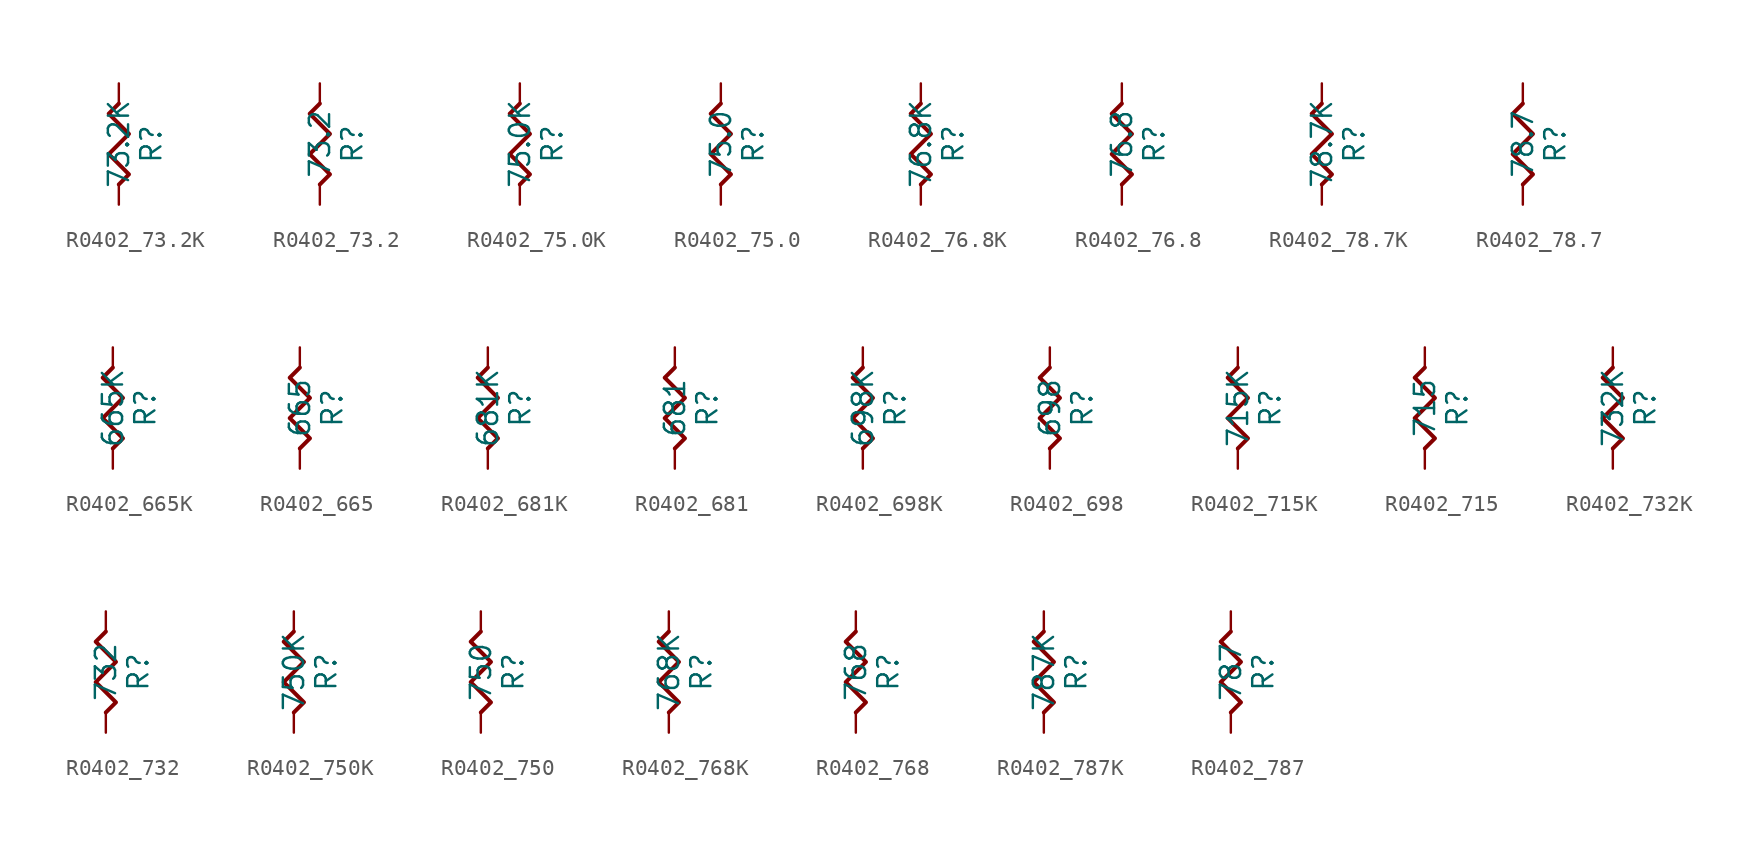
<source format=kicad_sym>
(kicad_symbol_lib
  (version 20211014)
  (generator atlantix-eda)
  (symbol "R0402_73.2K"
    (pin_numbers hide)
    (pin_names
      (offset 0))
    (property "Reference" "R"
      (at 2.032 0 90)
      (effects (font (size 1.27 1.27))))
    (property "Value" "73.2K"
      (at 0 0 90)
      (effects (font (size 1.27 1.27))))
    (symbol "R0402_73.2K_0_1"
      (polyline (pts (xy 0 -2.54) (xy 0.635 -1.905) (xy -0.635 -0.635) (xy 0.635 0.635) (xy -0.635 1.905) (xy 0 2.54)) (stroke (width 0.254) (type default) (color 0 0 0 0)) (fill (type none))))
    (symbol "R0402_73.2K_1_1"
      (pin passive line (at 0 3.81 270) (length 1.27) (name "~" (effects (font (size 1.27 1.27)))) (number "1" (effects (font (size 1.27 1.27)))))
      (pin passive line (at 0 -3.81 90) (length 1.27) (name "~" (effects (font (size 1.27 1.27)))) (number "2" (effects (font (size 1.27 1.27)))))))
  (symbol "R0402_73.2"
    (pin_numbers hide)
    (pin_names
      (offset 0))
    (property "Reference" "R"
      (at 2.032 0 90)
      (effects (font (size 1.27 1.27))))
    (property "Value" "73.2"
      (at 0 0 90)
      (effects (font (size 1.27 1.27))))
    (symbol "R0402_73.2_0_1"
      (polyline (pts (xy 0 -2.54) (xy 0.635 -1.905) (xy -0.635 -0.635) (xy 0.635 0.635) (xy -0.635 1.905) (xy 0 2.54)) (stroke (width 0.254) (type default) (color 0 0 0 0)) (fill (type none))))
    (symbol "R0402_73.2_1_1"
      (pin passive line (at 0 3.81 270) (length 1.27) (name "~" (effects (font (size 1.27 1.27)))) (number "1" (effects (font (size 1.27 1.27)))))
      (pin passive line (at 0 -3.81 90) (length 1.27) (name "~" (effects (font (size 1.27 1.27)))) (number "2" (effects (font (size 1.27 1.27)))))))
  (symbol "R0402_75.0K"
    (pin_numbers hide)
    (pin_names
      (offset 0))
    (property "Reference" "R"
      (at 2.032 0 90)
      (effects (font (size 1.27 1.27))))
    (property "Value" "75.0K"
      (at 0 0 90)
      (effects (font (size 1.27 1.27))))
    (symbol "R0402_75.0K_0_1"
      (polyline (pts (xy 0 -2.54) (xy 0.635 -1.905) (xy -0.635 -0.635) (xy 0.635 0.635) (xy -0.635 1.905) (xy 0 2.54)) (stroke (width 0.254) (type default) (color 0 0 0 0)) (fill (type none))))
    (symbol "R0402_75.0K_1_1"
      (pin passive line (at 0 3.81 270) (length 1.27) (name "~" (effects (font (size 1.27 1.27)))) (number "1" (effects (font (size 1.27 1.27)))))
      (pin passive line (at 0 -3.81 90) (length 1.27) (name "~" (effects (font (size 1.27 1.27)))) (number "2" (effects (font (size 1.27 1.27)))))))
  (symbol "R0402_75.0"
    (pin_numbers hide)
    (pin_names
      (offset 0))
    (property "Reference" "R"
      (at 2.032 0 90)
      (effects (font (size 1.27 1.27))))
    (property "Value" "75.0"
      (at 0 0 90)
      (effects (font (size 1.27 1.27))))
    (symbol "R0402_75.0_0_1"
      (polyline (pts (xy 0 -2.54) (xy 0.635 -1.905) (xy -0.635 -0.635) (xy 0.635 0.635) (xy -0.635 1.905) (xy 0 2.54)) (stroke (width 0.254) (type default) (color 0 0 0 0)) (fill (type none))))
    (symbol "R0402_75.0_1_1"
      (pin passive line (at 0 3.81 270) (length 1.27) (name "~" (effects (font (size 1.27 1.27)))) (number "1" (effects (font (size 1.27 1.27)))))
      (pin passive line (at 0 -3.81 90) (length 1.27) (name "~" (effects (font (size 1.27 1.27)))) (number "2" (effects (font (size 1.27 1.27)))))))
  (symbol "R0402_76.8K"
    (pin_numbers hide)
    (pin_names
      (offset 0))
    (property "Reference" "R"
      (at 2.032 0 90)
      (effects (font (size 1.27 1.27))))
    (property "Value" "76.8K"
      (at 0 0 90)
      (effects (font (size 1.27 1.27))))
    (symbol "R0402_76.8K_0_1"
      (polyline (pts (xy 0 -2.54) (xy 0.635 -1.905) (xy -0.635 -0.635) (xy 0.635 0.635) (xy -0.635 1.905) (xy 0 2.54)) (stroke (width 0.254) (type default) (color 0 0 0 0)) (fill (type none))))
    (symbol "R0402_76.8K_1_1"
      (pin passive line (at 0 3.81 270) (length 1.27) (name "~" (effects (font (size 1.27 1.27)))) (number "1" (effects (font (size 1.27 1.27)))))
      (pin passive line (at 0 -3.81 90) (length 1.27) (name "~" (effects (font (size 1.27 1.27)))) (number "2" (effects (font (size 1.27 1.27)))))))
  (symbol "R0402_76.8"
    (pin_numbers hide)
    (pin_names
      (offset 0))
    (property "Reference" "R"
      (at 2.032 0 90)
      (effects (font (size 1.27 1.27))))
    (property "Value" "76.8"
      (at 0 0 90)
      (effects (font (size 1.27 1.27))))
    (symbol "R0402_76.8_0_1"
      (polyline (pts (xy 0 -2.54) (xy 0.635 -1.905) (xy -0.635 -0.635) (xy 0.635 0.635) (xy -0.635 1.905) (xy 0 2.54)) (stroke (width 0.254) (type default) (color 0 0 0 0)) (fill (type none))))
    (symbol "R0402_76.8_1_1"
      (pin passive line (at 0 3.81 270) (length 1.27) (name "~" (effects (font (size 1.27 1.27)))) (number "1" (effects (font (size 1.27 1.27)))))
      (pin passive line (at 0 -3.81 90) (length 1.27) (name "~" (effects (font (size 1.27 1.27)))) (number "2" (effects (font (size 1.27 1.27)))))))
  (symbol "R0402_78.7K"
    (pin_numbers hide)
    (pin_names
      (offset 0))
    (property "Reference" "R"
      (at 2.032 0 90)
      (effects (font (size 1.27 1.27))))
    (property "Value" "78.7K"
      (at 0 0 90)
      (effects (font (size 1.27 1.27))))
    (symbol "R0402_78.7K_0_1"
      (polyline (pts (xy 0 -2.54) (xy 0.635 -1.905) (xy -0.635 -0.635) (xy 0.635 0.635) (xy -0.635 1.905) (xy 0 2.54)) (stroke (width 0.254) (type default) (color 0 0 0 0)) (fill (type none))))
    (symbol "R0402_78.7K_1_1"
      (pin passive line (at 0 3.81 270) (length 1.27) (name "~" (effects (font (size 1.27 1.27)))) (number "1" (effects (font (size 1.27 1.27)))))
      (pin passive line (at 0 -3.81 90) (length 1.27) (name "~" (effects (font (size 1.27 1.27)))) (number "2" (effects (font (size 1.27 1.27)))))))
  (symbol "R0402_78.7"
    (pin_numbers hide)
    (pin_names
      (offset 0))
    (property "Reference" "R"
      (at 2.032 0 90)
      (effects (font (size 1.27 1.27))))
    (property "Value" "78.7"
      (at 0 0 90)
      (effects (font (size 1.27 1.27))))
    (symbol "R0402_78.7_0_1"
      (polyline (pts (xy 0 -2.54) (xy 0.635 -1.905) (xy -0.635 -0.635) (xy 0.635 0.635) (xy -0.635 1.905) (xy 0 2.54)) (stroke (width 0.254) (type default) (color 0 0 0 0)) (fill (type none))))
    (symbol "R0402_78.7_1_1"
      (pin passive line (at 0 3.81 270) (length 1.27) (name "~" (effects (font (size 1.27 1.27)))) (number "1" (effects (font (size 1.27 1.27)))))
      (pin passive line (at 0 -3.81 90) (length 1.27) (name "~" (effects (font (size 1.27 1.27)))) (number "2" (effects (font (size 1.27 1.27)))))))
  (symbol "R0402_665K"
    (pin_numbers hide)
    (pin_names
      (offset 0))
    (property "Reference" "R"
      (at 2.032 0 90)
      (effects (font (size 1.27 1.27))))
    (property "Value" "665K"
      (at 0 0 90)
      (effects (font (size 1.27 1.27))))
    (symbol "R0402_665K_0_1"
      (polyline (pts (xy 0 -2.54) (xy 0.635 -1.905) (xy -0.635 -0.635) (xy 0.635 0.635) (xy -0.635 1.905) (xy 0 2.54)) (stroke (width 0.254) (type default) (color 0 0 0 0)) (fill (type none))))
    (symbol "R0402_665K_1_1"
      (pin passive line (at 0 3.81 270) (length 1.27) (name "~" (effects (font (size 1.27 1.27)))) (number "1" (effects (font (size 1.27 1.27)))))
      (pin passive line (at 0 -3.81 90) (length 1.27) (name "~" (effects (font (size 1.27 1.27)))) (number "2" (effects (font (size 1.27 1.27)))))))
  (symbol "R0402_665"
    (pin_numbers hide)
    (pin_names
      (offset 0))
    (property "Reference" "R"
      (at 2.032 0 90)
      (effects (font (size 1.27 1.27))))
    (property "Value" "665"
      (at 0 0 90)
      (effects (font (size 1.27 1.27))))
    (symbol "R0402_665_0_1"
      (polyline (pts (xy 0 -2.54) (xy 0.635 -1.905) (xy -0.635 -0.635) (xy 0.635 0.635) (xy -0.635 1.905) (xy 0 2.54)) (stroke (width 0.254) (type default) (color 0 0 0 0)) (fill (type none))))
    (symbol "R0402_665_1_1"
      (pin passive line (at 0 3.81 270) (length 1.27) (name "~" (effects (font (size 1.27 1.27)))) (number "1" (effects (font (size 1.27 1.27)))))
      (pin passive line (at 0 -3.81 90) (length 1.27) (name "~" (effects (font (size 1.27 1.27)))) (number "2" (effects (font (size 1.27 1.27)))))))
  (symbol "R0402_681K"
    (pin_numbers hide)
    (pin_names
      (offset 0))
    (property "Reference" "R"
      (at 2.032 0 90)
      (effects (font (size 1.27 1.27))))
    (property "Value" "681K"
      (at 0 0 90)
      (effects (font (size 1.27 1.27))))
    (symbol "R0402_681K_0_1"
      (polyline (pts (xy 0 -2.54) (xy 0.635 -1.905) (xy -0.635 -0.635) (xy 0.635 0.635) (xy -0.635 1.905) (xy 0 2.54)) (stroke (width 0.254) (type default) (color 0 0 0 0)) (fill (type none))))
    (symbol "R0402_681K_1_1"
      (pin passive line (at 0 3.81 270) (length 1.27) (name "~" (effects (font (size 1.27 1.27)))) (number "1" (effects (font (size 1.27 1.27)))))
      (pin passive line (at 0 -3.81 90) (length 1.27) (name "~" (effects (font (size 1.27 1.27)))) (number "2" (effects (font (size 1.27 1.27)))))))
  (symbol "R0402_681"
    (pin_numbers hide)
    (pin_names
      (offset 0))
    (property "Reference" "R"
      (at 2.032 0 90)
      (effects (font (size 1.27 1.27))))
    (property "Value" "681"
      (at 0 0 90)
      (effects (font (size 1.27 1.27))))
    (symbol "R0402_681_0_1"
      (polyline (pts (xy 0 -2.54) (xy 0.635 -1.905) (xy -0.635 -0.635) (xy 0.635 0.635) (xy -0.635 1.905) (xy 0 2.54)) (stroke (width 0.254) (type default) (color 0 0 0 0)) (fill (type none))))
    (symbol "R0402_681_1_1"
      (pin passive line (at 0 3.81 270) (length 1.27) (name "~" (effects (font (size 1.27 1.27)))) (number "1" (effects (font (size 1.27 1.27)))))
      (pin passive line (at 0 -3.81 90) (length 1.27) (name "~" (effects (font (size 1.27 1.27)))) (number "2" (effects (font (size 1.27 1.27)))))))
  (symbol "R0402_698K"
    (pin_numbers hide)
    (pin_names
      (offset 0))
    (property "Reference" "R"
      (at 2.032 0 90)
      (effects (font (size 1.27 1.27))))
    (property "Value" "698K"
      (at 0 0 90)
      (effects (font (size 1.27 1.27))))
    (symbol "R0402_698K_0_1"
      (polyline (pts (xy 0 -2.54) (xy 0.635 -1.905) (xy -0.635 -0.635) (xy 0.635 0.635) (xy -0.635 1.905) (xy 0 2.54)) (stroke (width 0.254) (type default) (color 0 0 0 0)) (fill (type none))))
    (symbol "R0402_698K_1_1"
      (pin passive line (at 0 3.81 270) (length 1.27) (name "~" (effects (font (size 1.27 1.27)))) (number "1" (effects (font (size 1.27 1.27)))))
      (pin passive line (at 0 -3.81 90) (length 1.27) (name "~" (effects (font (size 1.27 1.27)))) (number "2" (effects (font (size 1.27 1.27)))))))
  (symbol "R0402_698"
    (pin_numbers hide)
    (pin_names
      (offset 0))
    (property "Reference" "R"
      (at 2.032 0 90)
      (effects (font (size 1.27 1.27))))
    (property "Value" "698"
      (at 0 0 90)
      (effects (font (size 1.27 1.27))))
    (symbol "R0402_698_0_1"
      (polyline (pts (xy 0 -2.54) (xy 0.635 -1.905) (xy -0.635 -0.635) (xy 0.635 0.635) (xy -0.635 1.905) (xy 0 2.54)) (stroke (width 0.254) (type default) (color 0 0 0 0)) (fill (type none))))
    (symbol "R0402_698_1_1"
      (pin passive line (at 0 3.81 270) (length 1.27) (name "~" (effects (font (size 1.27 1.27)))) (number "1" (effects (font (size 1.27 1.27)))))
      (pin passive line (at 0 -3.81 90) (length 1.27) (name "~" (effects (font (size 1.27 1.27)))) (number "2" (effects (font (size 1.27 1.27)))))))
  (symbol "R0402_715K"
    (pin_numbers hide)
    (pin_names
      (offset 0))
    (property "Reference" "R"
      (at 2.032 0 90)
      (effects (font (size 1.27 1.27))))
    (property "Value" "715K"
      (at 0 0 90)
      (effects (font (size 1.27 1.27))))
    (symbol "R0402_715K_0_1"
      (polyline (pts (xy 0 -2.54) (xy 0.635 -1.905) (xy -0.635 -0.635) (xy 0.635 0.635) (xy -0.635 1.905) (xy 0 2.54)) (stroke (width 0.254) (type default) (color 0 0 0 0)) (fill (type none))))
    (symbol "R0402_715K_1_1"
      (pin passive line (at 0 3.81 270) (length 1.27) (name "~" (effects (font (size 1.27 1.27)))) (number "1" (effects (font (size 1.27 1.27)))))
      (pin passive line (at 0 -3.81 90) (length 1.27) (name "~" (effects (font (size 1.27 1.27)))) (number "2" (effects (font (size 1.27 1.27)))))))
  (symbol "R0402_715"
    (pin_numbers hide)
    (pin_names
      (offset 0))
    (property "Reference" "R"
      (at 2.032 0 90)
      (effects (font (size 1.27 1.27))))
    (property "Value" "715"
      (at 0 0 90)
      (effects (font (size 1.27 1.27))))
    (symbol "R0402_715_0_1"
      (polyline (pts (xy 0 -2.54) (xy 0.635 -1.905) (xy -0.635 -0.635) (xy 0.635 0.635) (xy -0.635 1.905) (xy 0 2.54)) (stroke (width 0.254) (type default) (color 0 0 0 0)) (fill (type none))))
    (symbol "R0402_715_1_1"
      (pin passive line (at 0 3.81 270) (length 1.27) (name "~" (effects (font (size 1.27 1.27)))) (number "1" (effects (font (size 1.27 1.27)))))
      (pin passive line (at 0 -3.81 90) (length 1.27) (name "~" (effects (font (size 1.27 1.27)))) (number "2" (effects (font (size 1.27 1.27)))))))
  (symbol "R0402_732K"
    (pin_numbers hide)
    (pin_names
      (offset 0))
    (property "Reference" "R"
      (at 2.032 0 90)
      (effects (font (size 1.27 1.27))))
    (property "Value" "732K"
      (at 0 0 90)
      (effects (font (size 1.27 1.27))))
    (symbol "R0402_732K_0_1"
      (polyline (pts (xy 0 -2.54) (xy 0.635 -1.905) (xy -0.635 -0.635) (xy 0.635 0.635) (xy -0.635 1.905) (xy 0 2.54)) (stroke (width 0.254) (type default) (color 0 0 0 0)) (fill (type none))))
    (symbol "R0402_732K_1_1"
      (pin passive line (at 0 3.81 270) (length 1.27) (name "~" (effects (font (size 1.27 1.27)))) (number "1" (effects (font (size 1.27 1.27)))))
      (pin passive line (at 0 -3.81 90) (length 1.27) (name "~" (effects (font (size 1.27 1.27)))) (number "2" (effects (font (size 1.27 1.27)))))))
  (symbol "R0402_732"
    (pin_numbers hide)
    (pin_names
      (offset 0))
    (property "Reference" "R"
      (at 2.032 0 90)
      (effects (font (size 1.27 1.27))))
    (property "Value" "732"
      (at 0 0 90)
      (effects (font (size 1.27 1.27))))
    (symbol "R0402_732_0_1"
      (polyline (pts (xy 0 -2.54) (xy 0.635 -1.905) (xy -0.635 -0.635) (xy 0.635 0.635) (xy -0.635 1.905) (xy 0 2.54)) (stroke (width 0.254) (type default) (color 0 0 0 0)) (fill (type none))))
    (symbol "R0402_732_1_1"
      (pin passive line (at 0 3.81 270) (length 1.27) (name "~" (effects (font (size 1.27 1.27)))) (number "1" (effects (font (size 1.27 1.27)))))
      (pin passive line (at 0 -3.81 90) (length 1.27) (name "~" (effects (font (size 1.27 1.27)))) (number "2" (effects (font (size 1.27 1.27)))))))
  (symbol "R0402_750K"
    (pin_numbers hide)
    (pin_names
      (offset 0))
    (property "Reference" "R"
      (at 2.032 0 90)
      (effects (font (size 1.27 1.27))))
    (property "Value" "750K"
      (at 0 0 90)
      (effects (font (size 1.27 1.27))))
    (symbol "R0402_750K_0_1"
      (polyline (pts (xy 0 -2.54) (xy 0.635 -1.905) (xy -0.635 -0.635) (xy 0.635 0.635) (xy -0.635 1.905) (xy 0 2.54)) (stroke (width 0.254) (type default) (color 0 0 0 0)) (fill (type none))))
    (symbol "R0402_750K_1_1"
      (pin passive line (at 0 3.81 270) (length 1.27) (name "~" (effects (font (size 1.27 1.27)))) (number "1" (effects (font (size 1.27 1.27)))))
      (pin passive line (at 0 -3.81 90) (length 1.27) (name "~" (effects (font (size 1.27 1.27)))) (number "2" (effects (font (size 1.27 1.27)))))))
  (symbol "R0402_750"
    (pin_numbers hide)
    (pin_names
      (offset 0))
    (property "Reference" "R"
      (at 2.032 0 90)
      (effects (font (size 1.27 1.27))))
    (property "Value" "750"
      (at 0 0 90)
      (effects (font (size 1.27 1.27))))
    (symbol "R0402_750_0_1"
      (polyline (pts (xy 0 -2.54) (xy 0.635 -1.905) (xy -0.635 -0.635) (xy 0.635 0.635) (xy -0.635 1.905) (xy 0 2.54)) (stroke (width 0.254) (type default) (color 0 0 0 0)) (fill (type none))))
    (symbol "R0402_750_1_1"
      (pin passive line (at 0 3.81 270) (length 1.27) (name "~" (effects (font (size 1.27 1.27)))) (number "1" (effects (font (size 1.27 1.27)))))
      (pin passive line (at 0 -3.81 90) (length 1.27) (name "~" (effects (font (size 1.27 1.27)))) (number "2" (effects (font (size 1.27 1.27)))))))
  (symbol "R0402_768K"
    (pin_numbers hide)
    (pin_names
      (offset 0))
    (property "Reference" "R"
      (at 2.032 0 90)
      (effects (font (size 1.27 1.27))))
    (property "Value" "768K"
      (at 0 0 90)
      (effects (font (size 1.27 1.27))))
    (symbol "R0402_768K_0_1"
      (polyline (pts (xy 0 -2.54) (xy 0.635 -1.905) (xy -0.635 -0.635) (xy 0.635 0.635) (xy -0.635 1.905) (xy 0 2.54)) (stroke (width 0.254) (type default) (color 0 0 0 0)) (fill (type none))))
    (symbol "R0402_768K_1_1"
      (pin passive line (at 0 3.81 270) (length 1.27) (name "~" (effects (font (size 1.27 1.27)))) (number "1" (effects (font (size 1.27 1.27)))))
      (pin passive line (at 0 -3.81 90) (length 1.27) (name "~" (effects (font (size 1.27 1.27)))) (number "2" (effects (font (size 1.27 1.27)))))))
  (symbol "R0402_768"
    (pin_numbers hide)
    (pin_names
      (offset 0))
    (property "Reference" "R"
      (at 2.032 0 90)
      (effects (font (size 1.27 1.27))))
    (property "Value" "768"
      (at 0 0 90)
      (effects (font (size 1.27 1.27))))
    (symbol "R0402_768_0_1"
      (polyline (pts (xy 0 -2.54) (xy 0.635 -1.905) (xy -0.635 -0.635) (xy 0.635 0.635) (xy -0.635 1.905) (xy 0 2.54)) (stroke (width 0.254) (type default) (color 0 0 0 0)) (fill (type none))))
    (symbol "R0402_768_1_1"
      (pin passive line (at 0 3.81 270) (length 1.27) (name "~" (effects (font (size 1.27 1.27)))) (number "1" (effects (font (size 1.27 1.27)))))
      (pin passive line (at 0 -3.81 90) (length 1.27) (name "~" (effects (font (size 1.27 1.27)))) (number "2" (effects (font (size 1.27 1.27)))))))
  (symbol "R0402_787K"
    (pin_numbers hide)
    (pin_names
      (offset 0))
    (property "Reference" "R"
      (at 2.032 0 90)
      (effects (font (size 1.27 1.27))))
    (property "Value" "787K"
      (at 0 0 90)
      (effects (font (size 1.27 1.27))))
    (symbol "R0402_787K_0_1"
      (polyline (pts (xy 0 -2.54) (xy 0.635 -1.905) (xy -0.635 -0.635) (xy 0.635 0.635) (xy -0.635 1.905) (xy 0 2.54)) (stroke (width 0.254) (type default) (color 0 0 0 0)) (fill (type none))))
    (symbol "R0402_787K_1_1"
      (pin passive line (at 0 3.81 270) (length 1.27) (name "~" (effects (font (size 1.27 1.27)))) (number "1" (effects (font (size 1.27 1.27)))))
      (pin passive line (at 0 -3.81 90) (length 1.27) (name "~" (effects (font (size 1.27 1.27)))) (number "2" (effects (font (size 1.27 1.27)))))))
  (symbol "R0402_787"
    (pin_numbers hide)
    (pin_names
      (offset 0))
    (property "Reference" "R"
      (at 2.032 0 90)
      (effects (font (size 1.27 1.27))))
    (property "Value" "787"
      (at 0 0 90)
      (effects (font (size 1.27 1.27))))
    (symbol "R0402_787_0_1"
      (polyline (pts (xy 0 -2.54) (xy 0.635 -1.905) (xy -0.635 -0.635) (xy 0.635 0.635) (xy -0.635 1.905) (xy 0 2.54)) (stroke (width 0.254) (type default) (color 0 0 0 0)) (fill (type none))))
    (symbol "R0402_787_1_1"
      (pin passive line (at 0 3.81 270) (length 1.27) (name "~" (effects (font (size 1.27 1.27)))) (number "1" (effects (font (size 1.27 1.27)))))
      (pin passive line (at 0 -3.81 90) (length 1.27) (name "~" (effects (font (size 1.27 1.27)))) (number "2" (effects (font (size 1.27 1.27))))))))
</source>
